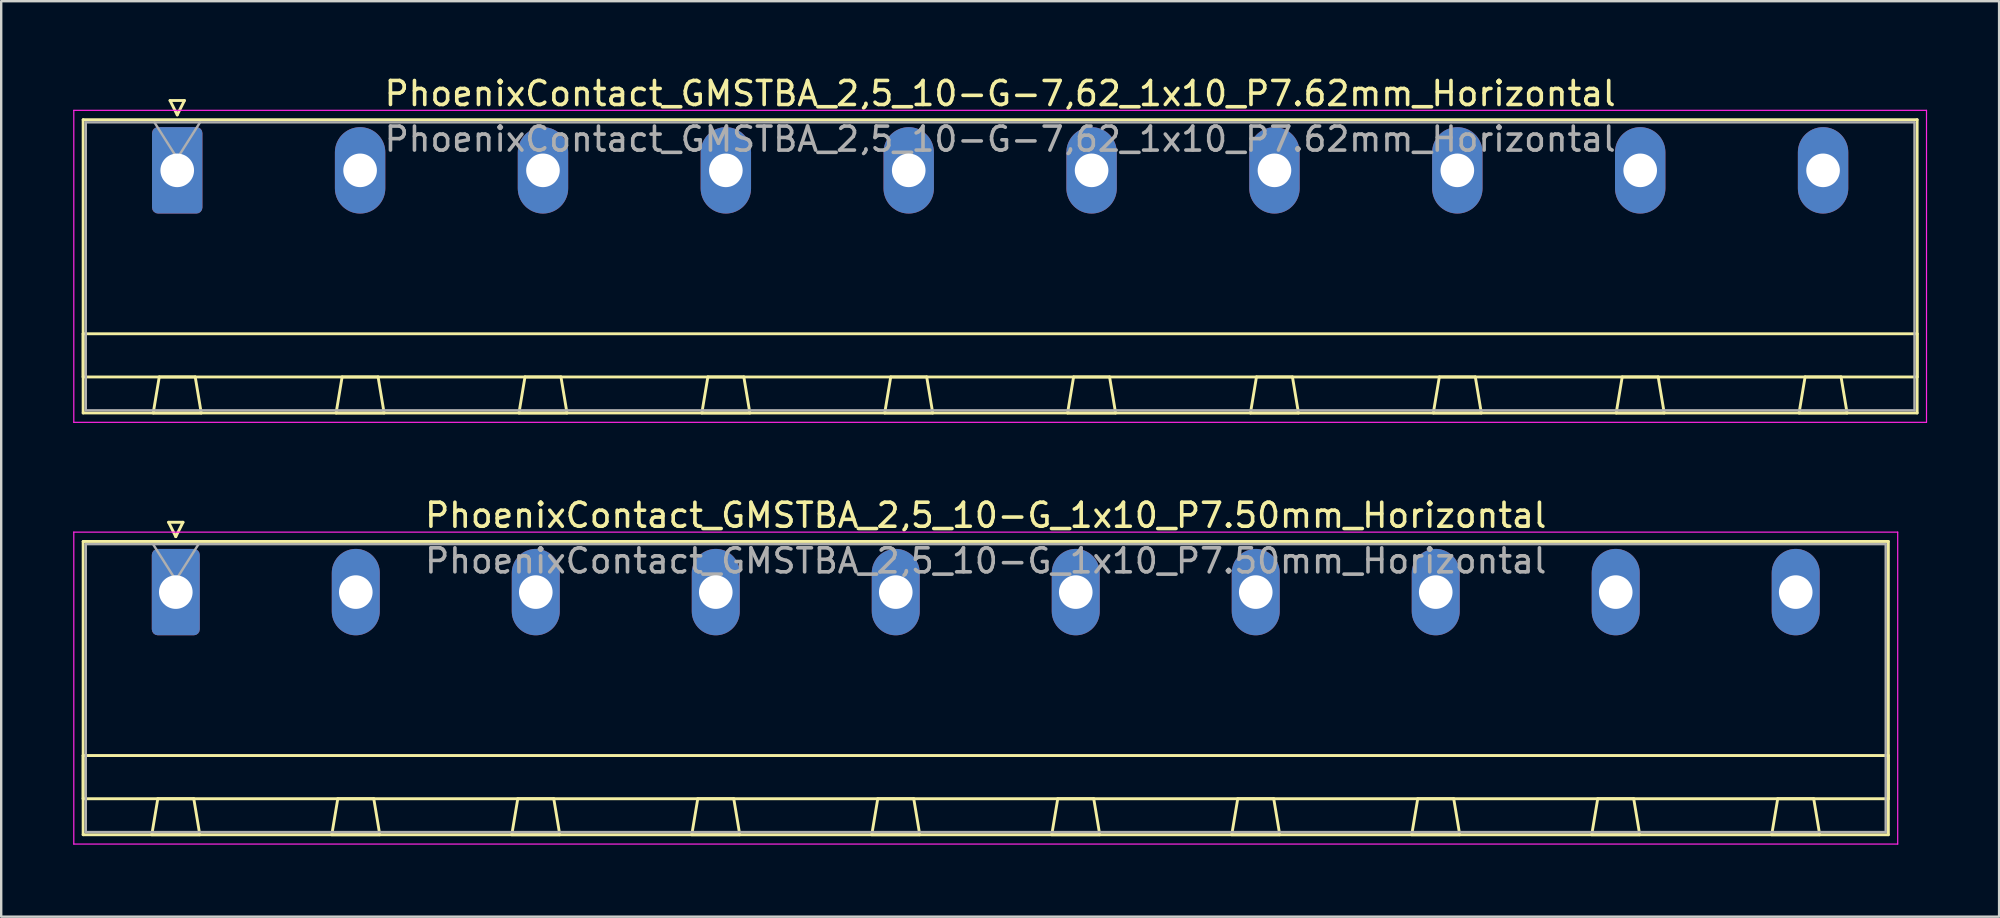
<source format=kicad_pcb>
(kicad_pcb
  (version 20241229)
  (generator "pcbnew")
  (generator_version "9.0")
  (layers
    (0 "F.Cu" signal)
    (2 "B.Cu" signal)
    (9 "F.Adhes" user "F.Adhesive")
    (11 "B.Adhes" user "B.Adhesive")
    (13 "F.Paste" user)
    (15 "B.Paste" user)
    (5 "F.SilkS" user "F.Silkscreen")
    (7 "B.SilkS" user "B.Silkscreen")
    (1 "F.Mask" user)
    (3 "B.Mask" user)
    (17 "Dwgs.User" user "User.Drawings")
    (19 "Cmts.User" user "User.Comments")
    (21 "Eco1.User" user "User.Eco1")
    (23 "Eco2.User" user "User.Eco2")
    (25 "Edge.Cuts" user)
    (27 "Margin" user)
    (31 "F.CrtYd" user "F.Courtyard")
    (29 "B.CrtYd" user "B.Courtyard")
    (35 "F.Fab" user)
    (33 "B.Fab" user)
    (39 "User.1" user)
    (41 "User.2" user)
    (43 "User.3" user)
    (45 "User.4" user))
  (footprint "PhoenixContact_GMSTBA_2,5_10-G_1x10_P7.50mm_Horizontal"
    (layer "F.Cu")
    (at 4.275 21.622)
    (property "Reference" "PhoenixContact_GMSTBA_2,5_10-G_1x10_P7.50mm_Horizontal" (at 33.75 -3.2 0) (layer "F.SilkS") (effects (font (size 1 1) (thickness 0.15))))
    (attr through_hole)
    (fp_line (start -3.86 -2.11) (end -3.86 10.11) (stroke (width 0.12) (type solid)) (layer "F.SilkS"))
    (fp_line (start -3.86 6.81) (end 71.36 6.81) (stroke (width 0.12) (type solid)) (layer "F.SilkS"))
    (fp_line (start -3.86 8.61) (end -3.86 6.81) (stroke (width 0.12) (type solid)) (layer "F.SilkS"))
    (fp_line (start -3.86 10.11) (end 71.36 10.11) (stroke (width 0.12) (type solid)) (layer "F.SilkS"))
    (fp_line (start -1 10.11) (end 1 10.11) (stroke (width 0.12) (type solid)) (layer "F.SilkS"))
    (fp_line (start -0.75 8.61) (end -1 10.11) (stroke (width 0.12) (type solid)) (layer "F.SilkS"))
    (fp_line (start -0.3 -2.91) (end 0.3 -2.91) (stroke (width 0.12) (type solid)) (layer "F.SilkS"))
    (fp_line (start 0 -2.31) (end -0.3 -2.91) (stroke (width 0.12) (type solid)) (layer "F.SilkS"))
    (fp_line (start 0.3 -2.91) (end 0 -2.31) (stroke (width 0.12) (type solid)) (layer "F.SilkS"))
    (fp_line (start 0.75 8.61) (end -0.75 8.61) (stroke (width 0.12) (type solid)) (layer "F.SilkS"))
    (fp_line (start 1 10.11) (end 0.75 8.61) (stroke (width 0.12) (type solid)) (layer "F.SilkS"))
    (fp_line (start 6.5 10.11) (end 8.5 10.11) (stroke (width 0.12) (type solid)) (layer "F.SilkS"))
    (fp_line (start 6.75 8.61) (end 6.5 10.11) (stroke (width 0.12) (type solid)) (layer "F.SilkS"))
    (fp_line (start 8.25 8.61) (end 6.75 8.61) (stroke (width 0.12) (type solid)) (layer "F.SilkS"))
    (fp_line (start 8.5 10.11) (end 8.25 8.61) (stroke (width 0.12) (type solid)) (layer "F.SilkS"))
    (fp_line (start 14 10.11) (end 16 10.11) (stroke (width 0.12) (type solid)) (layer "F.SilkS"))
    (fp_line (start 14.25 8.61) (end 14 10.11) (stroke (width 0.12) (type solid)) (layer "F.SilkS"))
    (fp_line (start 15.75 8.61) (end 14.25 8.61) (stroke (width 0.12) (type solid)) (layer "F.SilkS"))
    (fp_line (start 16 10.11) (end 15.75 8.61) (stroke (width 0.12) (type solid)) (layer "F.SilkS"))
    (fp_line (start 21.5 10.11) (end 23.5 10.11) (stroke (width 0.12) (type solid)) (layer "F.SilkS"))
    (fp_line (start 21.75 8.61) (end 21.5 10.11) (stroke (width 0.12) (type solid)) (layer "F.SilkS"))
    (fp_line (start 23.25 8.61) (end 21.75 8.61) (stroke (width 0.12) (type solid)) (layer "F.SilkS"))
    (fp_line (start 23.5 10.11) (end 23.25 8.61) (stroke (width 0.12) (type solid)) (layer "F.SilkS"))
    (fp_line (start 29 10.11) (end 31 10.11) (stroke (width 0.12) (type solid)) (layer "F.SilkS"))
    (fp_line (start 29.25 8.61) (end 29 10.11) (stroke (width 0.12) (type solid)) (layer "F.SilkS"))
    (fp_line (start 30.75 8.61) (end 29.25 8.61) (stroke (width 0.12) (type solid)) (layer "F.SilkS"))
    (fp_line (start 31 10.11) (end 30.75 8.61) (stroke (width 0.12) (type solid)) (layer "F.SilkS"))
    (fp_line (start 36.5 10.11) (end 38.5 10.11) (stroke (width 0.12) (type solid)) (layer "F.SilkS"))
    (fp_line (start 36.75 8.61) (end 36.5 10.11) (stroke (width 0.12) (type solid)) (layer "F.SilkS"))
    (fp_line (start 38.25 8.61) (end 36.75 8.61) (stroke (width 0.12) (type solid)) (layer "F.SilkS"))
    (fp_line (start 38.5 10.11) (end 38.25 8.61) (stroke (width 0.12) (type solid)) (layer "F.SilkS"))
    (fp_line (start 44 10.11) (end 46 10.11) (stroke (width 0.12) (type solid)) (layer "F.SilkS"))
    (fp_line (start 44.25 8.61) (end 44 10.11) (stroke (width 0.12) (type solid)) (layer "F.SilkS"))
    (fp_line (start 45.75 8.61) (end 44.25 8.61) (stroke (width 0.12) (type solid)) (layer "F.SilkS"))
    (fp_line (start 46 10.11) (end 45.75 8.61) (stroke (width 0.12) (type solid)) (layer "F.SilkS"))
    (fp_line (start 51.5 10.11) (end 53.5 10.11) (stroke (width 0.12) (type solid)) (layer "F.SilkS"))
    (fp_line (start 51.75 8.61) (end 51.5 10.11) (stroke (width 0.12) (type solid)) (layer "F.SilkS"))
    (fp_line (start 53.25 8.61) (end 51.75 8.61) (stroke (width 0.12) (type solid)) (layer "F.SilkS"))
    (fp_line (start 53.5 10.11) (end 53.25 8.61) (stroke (width 0.12) (type solid)) (layer "F.SilkS"))
    (fp_line (start 59 10.11) (end 61 10.11) (stroke (width 0.12) (type solid)) (layer "F.SilkS"))
    (fp_line (start 59.25 8.61) (end 59 10.11) (stroke (width 0.12) (type solid)) (layer "F.SilkS"))
    (fp_line (start 60.75 8.61) (end 59.25 8.61) (stroke (width 0.12) (type solid)) (layer "F.SilkS"))
    (fp_line (start 61 10.11) (end 60.75 8.61) (stroke (width 0.12) (type solid)) (layer "F.SilkS"))
    (fp_line (start 66.5 10.11) (end 68.5 10.11) (stroke (width 0.12) (type solid)) (layer "F.SilkS"))
    (fp_line (start 66.75 8.61) (end 66.5 10.11) (stroke (width 0.12) (type solid)) (layer "F.SilkS"))
    (fp_line (start 68.25 8.61) (end 66.75 8.61) (stroke (width 0.12) (type solid)) (layer "F.SilkS"))
    (fp_line (start 68.5 10.11) (end 68.25 8.61) (stroke (width 0.12) (type solid)) (layer "F.SilkS"))
    (fp_line (start 71.36 -2.11) (end -3.86 -2.11) (stroke (width 0.12) (type solid)) (layer "F.SilkS"))
    (fp_line (start 71.36 6.81) (end 71.36 8.61) (stroke (width 0.12) (type solid)) (layer "F.SilkS"))
    (fp_line (start 71.36 8.61) (end -3.86 8.61) (stroke (width 0.12) (type solid)) (layer "F.SilkS"))
    (fp_line (start 71.36 10.11) (end 71.36 -2.11) (stroke (width 0.12) (type solid)) (layer "F.SilkS"))
    (fp_line (start -4.25 -2.5) (end -4.25 10.5) (stroke (width 0.05) (type solid)) (layer "F.CrtYd"))
    (fp_line (start -4.25 10.5) (end 71.75 10.5) (stroke (width 0.05) (type solid)) (layer "F.CrtYd"))
    (fp_line (start 71.75 -2.5) (end -4.25 -2.5) (stroke (width 0.05) (type solid)) (layer "F.CrtYd"))
    (fp_line (start 71.75 10.5) (end 71.75 -2.5) (stroke (width 0.05) (type solid)) (layer "F.CrtYd"))
    (fp_line (start -3.75 -2) (end -3.75 10) (stroke (width 0.1) (type solid)) (layer "F.Fab"))
    (fp_line (start -3.75 10) (end 71.25 10) (stroke (width 0.1) (type solid)) (layer "F.Fab"))
    (fp_line (start 0 -0.5) (end -0.95 -2) (stroke (width 0.1) (type solid)) (layer "F.Fab"))
    (fp_line (start 0.95 -2) (end 0 -0.5) (stroke (width 0.1) (type solid)) (layer "F.Fab"))
    (fp_line (start 71.25 -2) (end -3.75 -2) (stroke (width 0.1) (type solid)) (layer "F.Fab"))
    (fp_line (start 71.25 10) (end 71.25 -2) (stroke (width 0.1) (type solid)) (layer "F.Fab"))
    (fp_text user "${REFERENCE}" (at 33.75 -1.3 0) (layer "F.Fab") (effects (font (size 1 1) (thickness 0.15))))
    (pad "1" thru_hole roundrect (at 0 0) (size 2 3.6) (drill 1.4) (layers "*.Cu" "*.Mask") (roundrect_rratio 0.125))
    (pad "2" thru_hole oval (at 7.5 0) (size 2 3.6) (drill 1.4) (layers "*.Cu" "*.Mask"))
    (pad "3" thru_hole oval (at 15 0) (size 2 3.6) (drill 1.4) (layers "*.Cu" "*.Mask"))
    (pad "4" thru_hole oval (at 22.5 0) (size 2 3.6) (drill 1.4) (layers "*.Cu" "*.Mask"))
    (pad "5" thru_hole oval (at 30 0) (size 2 3.6) (drill 1.4) (layers "*.Cu" "*.Mask"))
    (pad "6" thru_hole oval (at 37.5 0) (size 2 3.6) (drill 1.4) (layers "*.Cu" "*.Mask"))
    (pad "7" thru_hole oval (at 45 0) (size 2 3.6) (drill 1.4) (layers "*.Cu" "*.Mask"))
    (pad "8" thru_hole oval (at 52.5 0) (size 2 3.6) (drill 1.4) (layers "*.Cu" "*.Mask"))
    (pad "9" thru_hole oval (at 60 0) (size 2 3.6) (drill 1.4) (layers "*.Cu" "*.Mask"))
    (pad "10" thru_hole oval (at 67.5 0) (size 2 3.6) (drill 1.4) (layers "*.Cu" "*.Mask")))
  (footprint "PhoenixContact_GMSTBA_2,5_10-G-7,62_1x10_P7.62mm_Horizontal"
    (layer "F.Cu")
    (at 4.335 4.048)
    (property "Reference" "PhoenixContact_GMSTBA_2,5_10-G-7,62_1x10_P7.62mm_Horizontal" (at 34.29 -3.2 0) (layer "F.SilkS") (effects (font (size 1 1) (thickness 0.15))))
    (attr through_hole)
    (fp_line (start -3.92 -2.11) (end -3.92 10.11) (stroke (width 0.12) (type solid)) (layer "F.SilkS"))
    (fp_line (start -3.92 6.81) (end 72.5 6.81) (stroke (width 0.12) (type solid)) (layer "F.SilkS"))
    (fp_line (start -3.92 8.61) (end -3.92 6.81) (stroke (width 0.12) (type solid)) (layer "F.SilkS"))
    (fp_line (start -3.92 10.11) (end 72.5 10.11) (stroke (width 0.12) (type solid)) (layer "F.SilkS"))
    (fp_line (start -1 10.11) (end 1 10.11) (stroke (width 0.12) (type solid)) (layer "F.SilkS"))
    (fp_line (start -0.75 8.61) (end -1 10.11) (stroke (width 0.12) (type solid)) (layer "F.SilkS"))
    (fp_line (start -0.3 -2.91) (end 0.3 -2.91) (stroke (width 0.12) (type solid)) (layer "F.SilkS"))
    (fp_line (start 0 -2.31) (end -0.3 -2.91) (stroke (width 0.12) (type solid)) (layer "F.SilkS"))
    (fp_line (start 0.3 -2.91) (end 0 -2.31) (stroke (width 0.12) (type solid)) (layer "F.SilkS"))
    (fp_line (start 0.75 8.61) (end -0.75 8.61) (stroke (width 0.12) (type solid)) (layer "F.SilkS"))
    (fp_line (start 1 10.11) (end 0.75 8.61) (stroke (width 0.12) (type solid)) (layer "F.SilkS"))
    (fp_line (start 6.62 10.11) (end 8.62 10.11) (stroke (width 0.12) (type solid)) (layer "F.SilkS"))
    (fp_line (start 6.87 8.61) (end 6.62 10.11) (stroke (width 0.12) (type solid)) (layer "F.SilkS"))
    (fp_line (start 8.37 8.61) (end 6.87 8.61) (stroke (width 0.12) (type solid)) (layer "F.SilkS"))
    (fp_line (start 8.62 10.11) (end 8.37 8.61) (stroke (width 0.12) (type solid)) (layer "F.SilkS"))
    (fp_line (start 14.24 10.11) (end 16.24 10.11) (stroke (width 0.12) (type solid)) (layer "F.SilkS"))
    (fp_line (start 14.49 8.61) (end 14.24 10.11) (stroke (width 0.12) (type solid)) (layer "F.SilkS"))
    (fp_line (start 15.99 8.61) (end 14.49 8.61) (stroke (width 0.12) (type solid)) (layer "F.SilkS"))
    (fp_line (start 16.24 10.11) (end 15.99 8.61) (stroke (width 0.12) (type solid)) (layer "F.SilkS"))
    (fp_line (start 21.86 10.11) (end 23.86 10.11) (stroke (width 0.12) (type solid)) (layer "F.SilkS"))
    (fp_line (start 22.11 8.61) (end 21.86 10.11) (stroke (width 0.12) (type solid)) (layer "F.SilkS"))
    (fp_line (start 23.61 8.61) (end 22.11 8.61) (stroke (width 0.12) (type solid)) (layer "F.SilkS"))
    (fp_line (start 23.86 10.11) (end 23.61 8.61) (stroke (width 0.12) (type solid)) (layer "F.SilkS"))
    (fp_line (start 29.48 10.11) (end 31.48 10.11) (stroke (width 0.12) (type solid)) (layer "F.SilkS"))
    (fp_line (start 29.73 8.61) (end 29.48 10.11) (stroke (width 0.12) (type solid)) (layer "F.SilkS"))
    (fp_line (start 31.23 8.61) (end 29.73 8.61) (stroke (width 0.12) (type solid)) (layer "F.SilkS"))
    (fp_line (start 31.48 10.11) (end 31.23 8.61) (stroke (width 0.12) (type solid)) (layer "F.SilkS"))
    (fp_line (start 37.1 10.11) (end 39.1 10.11) (stroke (width 0.12) (type solid)) (layer "F.SilkS"))
    (fp_line (start 37.35 8.61) (end 37.1 10.11) (stroke (width 0.12) (type solid)) (layer "F.SilkS"))
    (fp_line (start 38.85 8.61) (end 37.35 8.61) (stroke (width 0.12) (type solid)) (layer "F.SilkS"))
    (fp_line (start 39.1 10.11) (end 38.85 8.61) (stroke (width 0.12) (type solid)) (layer "F.SilkS"))
    (fp_line (start 44.72 10.11) (end 46.72 10.11) (stroke (width 0.12) (type solid)) (layer "F.SilkS"))
    (fp_line (start 44.97 8.61) (end 44.72 10.11) (stroke (width 0.12) (type solid)) (layer "F.SilkS"))
    (fp_line (start 46.47 8.61) (end 44.97 8.61) (stroke (width 0.12) (type solid)) (layer "F.SilkS"))
    (fp_line (start 46.72 10.11) (end 46.47 8.61) (stroke (width 0.12) (type solid)) (layer "F.SilkS"))
    (fp_line (start 52.34 10.11) (end 54.34 10.11) (stroke (width 0.12) (type solid)) (layer "F.SilkS"))
    (fp_line (start 52.59 8.61) (end 52.34 10.11) (stroke (width 0.12) (type solid)) (layer "F.SilkS"))
    (fp_line (start 54.09 8.61) (end 52.59 8.61) (stroke (width 0.12) (type solid)) (layer "F.SilkS"))
    (fp_line (start 54.34 10.11) (end 54.09 8.61) (stroke (width 0.12) (type solid)) (layer "F.SilkS"))
    (fp_line (start 59.96 10.11) (end 61.96 10.11) (stroke (width 0.12) (type solid)) (layer "F.SilkS"))
    (fp_line (start 60.21 8.61) (end 59.96 10.11) (stroke (width 0.12) (type solid)) (layer "F.SilkS"))
    (fp_line (start 61.71 8.61) (end 60.21 8.61) (stroke (width 0.12) (type solid)) (layer "F.SilkS"))
    (fp_line (start 61.96 10.11) (end 61.71 8.61) (stroke (width 0.12) (type solid)) (layer "F.SilkS"))
    (fp_line (start 67.58 10.11) (end 69.58 10.11) (stroke (width 0.12) (type solid)) (layer "F.SilkS"))
    (fp_line (start 67.83 8.61) (end 67.58 10.11) (stroke (width 0.12) (type solid)) (layer "F.SilkS"))
    (fp_line (start 69.33 8.61) (end 67.83 8.61) (stroke (width 0.12) (type solid)) (layer "F.SilkS"))
    (fp_line (start 69.58 10.11) (end 69.33 8.61) (stroke (width 0.12) (type solid)) (layer "F.SilkS"))
    (fp_line (start 72.5 -2.11) (end -3.92 -2.11) (stroke (width 0.12) (type solid)) (layer "F.SilkS"))
    (fp_line (start 72.5 6.81) (end 72.5 8.61) (stroke (width 0.12) (type solid)) (layer "F.SilkS"))
    (fp_line (start 72.5 8.61) (end -3.92 8.61) (stroke (width 0.12) (type solid)) (layer "F.SilkS"))
    (fp_line (start 72.5 10.11) (end 72.5 -2.11) (stroke (width 0.12) (type solid)) (layer "F.SilkS"))
    (fp_line (start -4.31 -2.5) (end -4.31 10.5) (stroke (width 0.05) (type solid)) (layer "F.CrtYd"))
    (fp_line (start -4.31 10.5) (end 72.89 10.5) (stroke (width 0.05) (type solid)) (layer "F.CrtYd"))
    (fp_line (start 72.89 -2.5) (end -4.31 -2.5) (stroke (width 0.05) (type solid)) (layer "F.CrtYd"))
    (fp_line (start 72.89 10.5) (end 72.89 -2.5) (stroke (width 0.05) (type solid)) (layer "F.CrtYd"))
    (fp_line (start -3.81 -2) (end -3.81 10) (stroke (width 0.1) (type solid)) (layer "F.Fab"))
    (fp_line (start -3.81 10) (end 72.39 10) (stroke (width 0.1) (type solid)) (layer "F.Fab"))
    (fp_line (start 0 -0.5) (end -0.95 -2) (stroke (width 0.1) (type solid)) (layer "F.Fab"))
    (fp_line (start 0.95 -2) (end 0 -0.5) (stroke (width 0.1) (type solid)) (layer "F.Fab"))
    (fp_line (start 72.39 -2) (end -3.81 -2) (stroke (width 0.1) (type solid)) (layer "F.Fab"))
    (fp_line (start 72.39 10) (end 72.39 -2) (stroke (width 0.1) (type solid)) (layer "F.Fab"))
    (fp_text user "${REFERENCE}" (at 34.29 -1.3 0) (layer "F.Fab") (effects (font (size 1 1) (thickness 0.15))))
    (pad "1" thru_hole roundrect (at 0 0) (size 2.1 3.6) (drill 1.4) (layers "*.Cu" "*.Mask") (roundrect_rratio 0.119))
    (pad "2" thru_hole oval (at 7.62 0) (size 2.1 3.6) (drill 1.4) (layers "*.Cu" "*.Mask"))
    (pad "3" thru_hole oval (at 15.24 0) (size 2.1 3.6) (drill 1.4) (layers "*.Cu" "*.Mask"))
    (pad "4" thru_hole oval (at 22.86 0) (size 2.1 3.6) (drill 1.4) (layers "*.Cu" "*.Mask"))
    (pad "5" thru_hole oval (at 30.48 0) (size 2.1 3.6) (drill 1.4) (layers "*.Cu" "*.Mask"))
    (pad "6" thru_hole oval (at 38.1 0) (size 2.1 3.6) (drill 1.4) (layers "*.Cu" "*.Mask"))
    (pad "7" thru_hole oval (at 45.72 0) (size 2.1 3.6) (drill 1.4) (layers "*.Cu" "*.Mask"))
    (pad "8" thru_hole oval (at 53.34 0) (size 2.1 3.6) (drill 1.4) (layers "*.Cu" "*.Mask"))
    (pad "9" thru_hole oval (at 60.96 0) (size 2.1 3.6) (drill 1.4) (layers "*.Cu" "*.Mask"))
    (pad "10" thru_hole oval (at 68.58 0) (size 2.1 3.6) (drill 1.4) (layers "*.Cu" "*.Mask")))
  (gr_rect
    (start -3 -3)
    (end 80.25 35.147)
    (stroke (width 0.1) (type default))
    (fill no)
    (layer "Edge.Cuts")))
</source>
